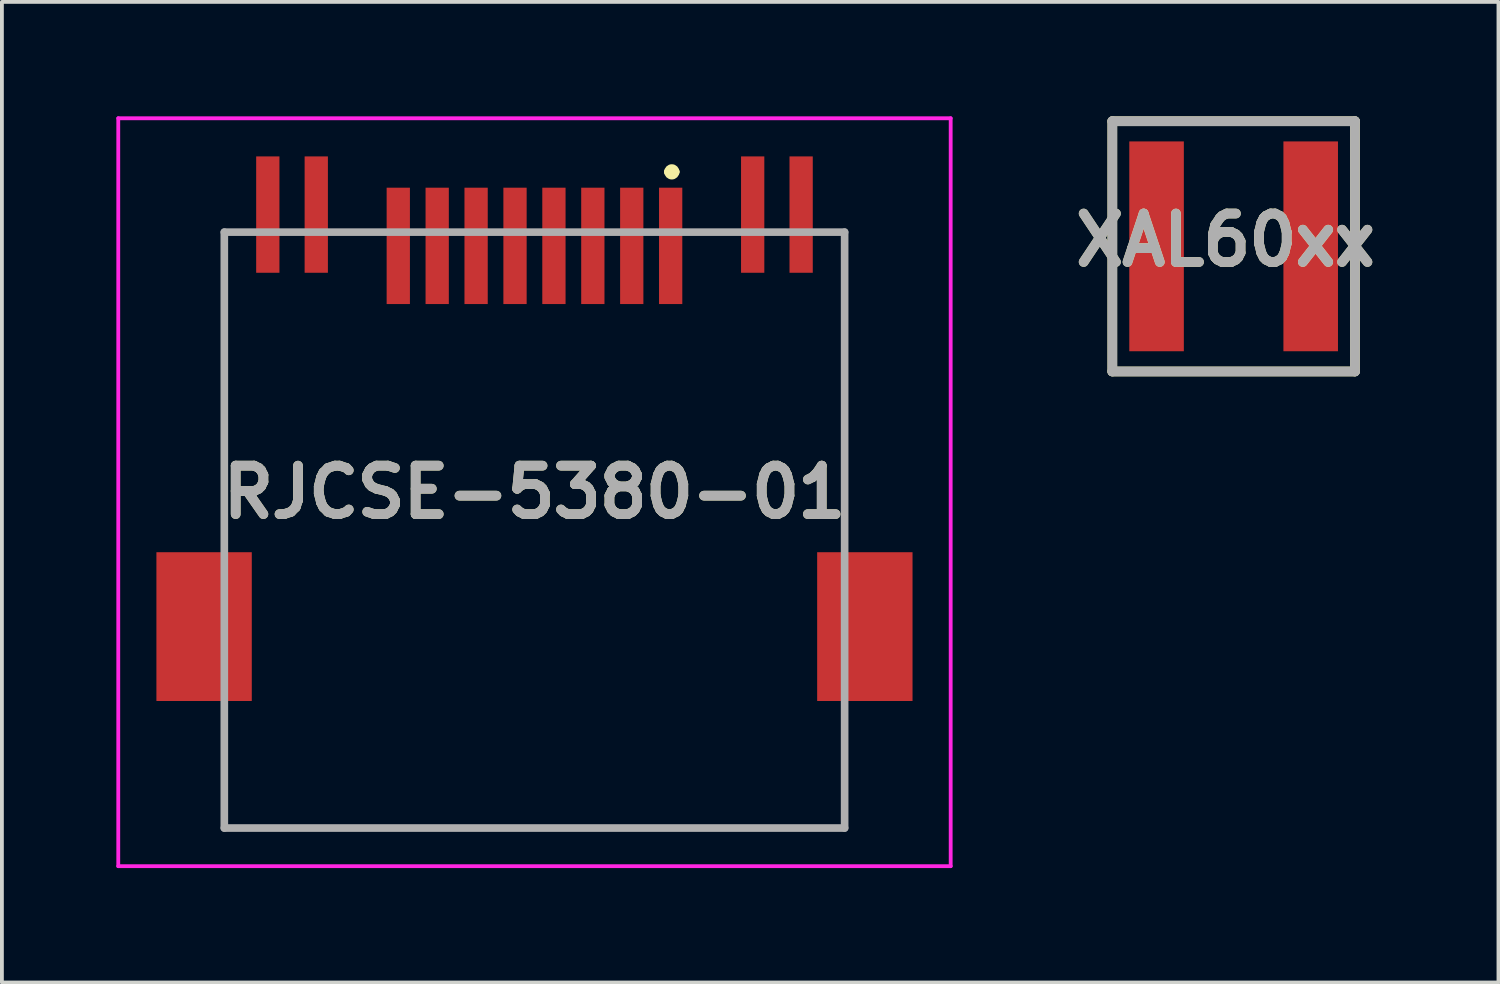
<source format=kicad_pcb>
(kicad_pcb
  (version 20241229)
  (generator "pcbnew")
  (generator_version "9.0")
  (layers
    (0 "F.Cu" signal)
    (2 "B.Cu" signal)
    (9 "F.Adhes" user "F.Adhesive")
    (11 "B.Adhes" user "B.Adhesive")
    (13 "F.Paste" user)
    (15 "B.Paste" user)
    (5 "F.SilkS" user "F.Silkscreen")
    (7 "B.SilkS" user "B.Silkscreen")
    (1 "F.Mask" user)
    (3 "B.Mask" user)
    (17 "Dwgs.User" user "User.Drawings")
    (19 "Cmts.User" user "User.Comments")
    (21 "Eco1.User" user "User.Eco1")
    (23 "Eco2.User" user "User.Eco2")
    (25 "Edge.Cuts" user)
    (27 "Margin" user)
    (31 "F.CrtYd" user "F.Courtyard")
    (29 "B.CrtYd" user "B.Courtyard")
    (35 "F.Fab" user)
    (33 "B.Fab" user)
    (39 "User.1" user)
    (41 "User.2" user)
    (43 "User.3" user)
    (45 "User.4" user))
  (footprint "RJCSE-5380-01"
    (layer "F.Cu")
    (at 10.96 18.655)
    (property "Reference" "RJCSE-5380-01" (at 0 -8.803 0) (layer "F.SilkS") (effects (font (size 1.27 1.27) (thickness 0.254))))
    (attr through_hole)
    (fp_line (start -8.13 -15.62) (end -7.5 -15.62) (stroke (width 0.1) (type solid)) (layer "F.SilkS"))
    (fp_line (start -8.13 -7.5) (end -8.13 -15.62) (stroke (width 0.1) (type solid)) (layer "F.SilkS"))
    (fp_line (start -8.13 -3) (end -8.13 0) (stroke (width 0.1) (type solid)) (layer "F.SilkS"))
    (fp_line (start -8.13 0) (end 8.13 0) (stroke (width 0.1) (type solid)) (layer "F.SilkS"))
    (fp_line (start 3.5 -17.2) (end 3.5 -17.2) (stroke (width 0.2) (type solid)) (layer "F.SilkS"))
    (fp_line (start 3.7 -17.2) (end 3.7 -17.2) (stroke (width 0.2) (type solid)) (layer "F.SilkS"))
    (fp_line (start 7.5 -15.62) (end 8.13 -15.62) (stroke (width 0.1) (type solid)) (layer "F.SilkS"))
    (fp_line (start 8.13 -15.62) (end 8.13 -7.5) (stroke (width 0.1) (type solid)) (layer "F.SilkS"))
    (fp_line (start 8.13 0) (end 8.13 -3) (stroke (width 0.1) (type solid)) (layer "F.SilkS"))
    (fp_arc (start 3.5 -17.2) (mid 3.6 -17.3) (end 3.7 -17.2) (stroke (width 0.2) (type solid)) (layer "F.SilkS"))
    (fp_arc (start 3.7 -17.2) (mid 3.6 -17.1) (end 3.5 -17.2) (stroke (width 0.2) (type solid)) (layer "F.SilkS"))
    (fp_line (start -10.91 -18.605) (end 10.91 -18.605) (stroke (width 0.1) (type solid)) (layer "F.CrtYd"))
    (fp_line (start -10.91 1) (end -10.91 -18.605) (stroke (width 0.1) (type solid)) (layer "F.CrtYd"))
    (fp_line (start 10.91 -18.605) (end 10.91 1) (stroke (width 0.1) (type solid)) (layer "F.CrtYd"))
    (fp_line (start 10.91 1) (end -10.91 1) (stroke (width 0.1) (type solid)) (layer "F.CrtYd"))
    (fp_line (start -8.13 -15.62) (end 8.13 -15.62) (stroke (width 0.2) (type solid)) (layer "F.Fab"))
    (fp_line (start -8.13 0) (end -8.13 -15.62) (stroke (width 0.2) (type solid)) (layer "F.Fab"))
    (fp_line (start 8.13 -15.62) (end 8.13 0) (stroke (width 0.2) (type solid)) (layer "F.Fab"))
    (fp_line (start 8.13 0) (end -8.13 0) (stroke (width 0.2) (type solid)) (layer "F.Fab"))
    (fp_text user "${REFERENCE}" (at 0 -8.803 0) (layer "F.Fab") (effects (font (size 1.27 1.27) (thickness 0.254))))
    (pad "" np_thru_hole circle (at -6.35 -5.28) (size 0.001 0.001) (drill 3.3) (layers "*.Cu" "*.Mask"))
    (pad "" np_thru_hole circle (at 6.35 -5.28) (size 0.001 0.001) (drill 3.3) (layers "*.Cu" "*.Mask"))
    (pad "1" smd rect (at 3.57 -15.26) (size 0.61 3.05) (layers "F.Cu" "F.Mask" "F.Paste"))
    (pad "2" smd rect (at 2.55 -15.26) (size 0.61 3.05) (layers "F.Cu" "F.Mask" "F.Paste"))
    (pad "3" smd rect (at 1.53 -15.26) (size 0.61 3.05) (layers "F.Cu" "F.Mask" "F.Paste"))
    (pad "4" smd rect (at 0.51 -15.26) (size 0.61 3.05) (layers "F.Cu" "F.Mask" "F.Paste"))
    (pad "5" smd rect (at -0.51 -15.26) (size 0.61 3.05) (layers "F.Cu" "F.Mask" "F.Paste"))
    (pad "6" smd rect (at -1.53 -15.26) (size 0.61 3.05) (layers "F.Cu" "F.Mask" "F.Paste"))
    (pad "7" smd rect (at -2.55 -15.26) (size 0.61 3.05) (layers "F.Cu" "F.Mask" "F.Paste"))
    (pad "8" smd rect (at -3.57 -15.26) (size 0.61 3.05) (layers "F.Cu" "F.Mask" "F.Paste"))
    (pad "9" smd rect (at 6.99 -16.08) (size 0.61 3.05) (layers "F.Cu" "F.Mask" "F.Paste"))
    (pad "10" smd rect (at 5.72 -16.08) (size 0.61 3.05) (layers "F.Cu" "F.Mask" "F.Paste"))
    (pad "11" smd rect (at -5.72 -16.08) (size 0.61 3.05) (layers "F.Cu" "F.Mask" "F.Paste"))
    (pad "12" smd rect (at -6.99 -16.08) (size 0.61 3.05) (layers "F.Cu" "F.Mask" "F.Paste"))
    (pad "13" smd rect (at -8.66 -5.28) (size 2.5 3.9) (layers "F.Cu" "F.Mask" "F.Paste"))
    (pad "14" smd rect (at 8.66 -5.28) (size 2.5 3.9) (layers "F.Cu" "F.Mask" "F.Paste")))
  (footprint "XAL60xx"
    (layer "F.Cu")
    (at 29.287 3.407)
    (property "Reference" "XAL60xx" (at -0.212 -0.164 0) (layer "F.SilkS") (effects (font (size 1.27 1.27) (thickness 0.254))))
    (attr smd)
    (fp_line (start -3.18 -3.28) (end 3.18 -3.28) (stroke (width 0.254) (type solid)) (layer "F.SilkS"))
    (fp_line (start -3.18 3.28) (end -3.18 -3.28) (stroke (width 0.254) (type solid)) (layer "F.SilkS"))
    (fp_line (start 3.18 -3.28) (end 3.18 3.28) (stroke (width 0.254) (type solid)) (layer "F.SilkS"))
    (fp_line (start 3.18 3.28) (end -3.18 3.28) (stroke (width 0.254) (type solid)) (layer "F.SilkS"))
    (fp_line (start -3.18 -3.28) (end 3.18 -3.28) (stroke (width 0.254) (type solid)) (layer "F.Fab"))
    (fp_line (start -3.18 3.28) (end -3.18 -3.28) (stroke (width 0.254) (type solid)) (layer "F.Fab"))
    (fp_line (start 3.18 -3.28) (end 3.18 3.28) (stroke (width 0.254) (type solid)) (layer "F.Fab"))
    (fp_line (start 3.18 3.28) (end -3.18 3.28) (stroke (width 0.254) (type solid)) (layer "F.Fab"))
    (fp_text user "${REFERENCE}" (at -0.212 -0.164 0) (layer "F.Fab") (effects (font (size 1.27 1.27) (thickness 0.254))))
    (pad "1" smd rect (at -2.02 0) (size 1.43 5.5) (layers "F.Cu" "F.Mask" "F.Paste"))
    (pad "2" smd rect (at 2.02 0) (size 1.43 5.5) (layers "F.Cu" "F.Mask" "F.Paste")))
  (gr_rect
    (start -3 -3)
    (end 36.229 22.705)
    (stroke (width 0.1) (type default))
    (fill no)
    (layer "Edge.Cuts")))
</source>
